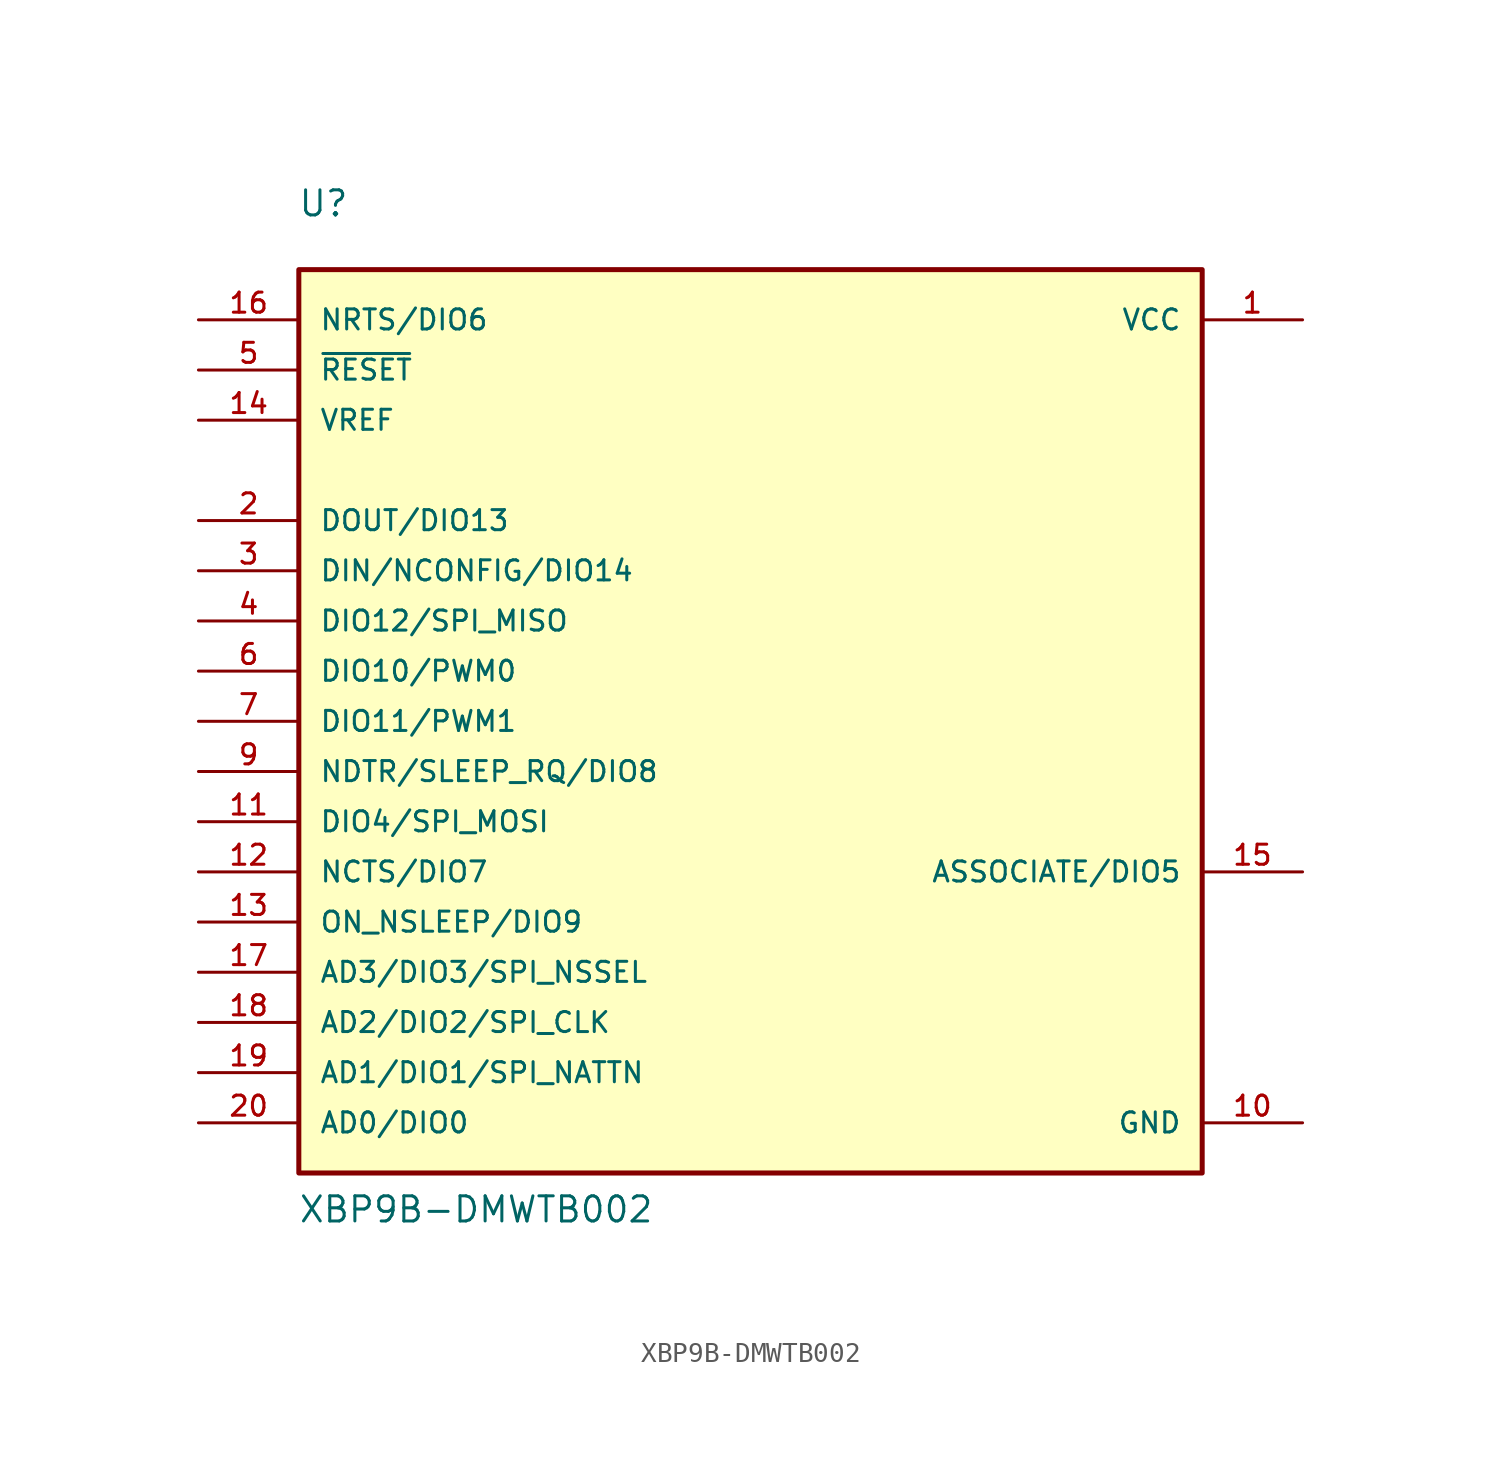
<source format=kicad_sym>
(kicad_symbol_lib
  (version 20211014)
  (generator kicad_symbol_editor)
  (symbol "XBP9B-DMWTB002"
    (pin_names
      (offset 1.016))
    (property "Reference" "U"
      (at -22.92 25.466 0)
      (effects (font (size 1.27 1.27)) (justify bottom left)))
    (property "Value" "XBP9B-DMWTB002"
      (at -22.905 -25.45 0)
      (effects (font (size 1.27 1.27)) (justify bottom left)))
    (symbol "XBP9B-DMWTB002_0_0"
      (rectangle (start -22.86 -22.86) (end 22.86 22.86) (stroke (width 0.254)) (fill (type background)))
      (pin power_in line (at 27.94 20.32 180.0) (length 5.08) (name "VCC" (effects (font (size 1.016 1.016)))) (number "1" (effects (font (size 1.016 1.016)))))
      (pin bidirectional line (at -27.94 10.16 0) (length 5.08) (name "DOUT/DIO13" (effects (font (size 1.016 1.016)))) (number "2" (effects (font (size 1.016 1.016)))))
      (pin bidirectional line (at -27.94 7.62 0) (length 5.08) (name "DIN/NCONFIG/DIO14" (effects (font (size 1.016 1.016)))) (number "3" (effects (font (size 1.016 1.016)))))
      (pin bidirectional line (at -27.94 5.08 0) (length 5.08) (name "DIO12/SPI_MISO" (effects (font (size 1.016 1.016)))) (number "4" (effects (font (size 1.016 1.016)))))
      (pin input line (at -27.94 17.78 0) (length 5.08) (name "~{RESET}" (effects (font (size 1.016 1.016)))) (number "5" (effects (font (size 1.016 1.016)))))
      (pin bidirectional line (at -27.94 2.54 0) (length 5.08) (name "DIO10/PWM0" (effects (font (size 1.016 1.016)))) (number "6" (effects (font (size 1.016 1.016)))))
      (pin bidirectional line (at -27.94 0.0 0) (length 5.08) (name "DIO11/PWM1" (effects (font (size 1.016 1.016)))) (number "7" (effects (font (size 1.016 1.016)))))
      (pin bidirectional line (at -27.94 -2.54 0) (length 5.08) (name "NDTR/SLEEP_RQ/DIO8" (effects (font (size 1.016 1.016)))) (number "9" (effects (font (size 1.016 1.016)))))
      (pin power_in line (at 27.94 -20.32 180.0) (length 5.08) (name "GND" (effects (font (size 1.016 1.016)))) (number "10" (effects (font (size 1.016 1.016)))))
      (pin bidirectional line (at -27.94 -5.08 0) (length 5.08) (name "DIO4/SPI_MOSI" (effects (font (size 1.016 1.016)))) (number "11" (effects (font (size 1.016 1.016)))))
      (pin bidirectional line (at -27.94 -7.62 0) (length 5.08) (name "NCTS/DIO7" (effects (font (size 1.016 1.016)))) (number "12" (effects (font (size 1.016 1.016)))))
      (pin bidirectional line (at -27.94 -10.16 0) (length 5.08) (name "ON_NSLEEP/DIO9" (effects (font (size 1.016 1.016)))) (number "13" (effects (font (size 1.016 1.016)))))
      (pin input line (at -27.94 15.24 0) (length 5.08) (name "VREF" (effects (font (size 1.016 1.016)))) (number "14" (effects (font (size 1.016 1.016)))))
      (pin output line (at 27.94 -7.62 180.0) (length 5.08) (name "ASSOCIATE/DIO5" (effects (font (size 1.016 1.016)))) (number "15" (effects (font (size 1.016 1.016)))))
      (pin input line (at -27.94 20.32 0) (length 5.08) (name "NRTS/DIO6" (effects (font (size 1.016 1.016)))) (number "16" (effects (font (size 1.016 1.016)))))
      (pin bidirectional line (at -27.94 -12.7 0) (length 5.08) (name "AD3/DIO3/SPI_NSSEL" (effects (font (size 1.016 1.016)))) (number "17" (effects (font (size 1.016 1.016)))))
      (pin bidirectional line (at -27.94 -15.24 0) (length 5.08) (name "AD2/DIO2/SPI_CLK" (effects (font (size 1.016 1.016)))) (number "18" (effects (font (size 1.016 1.016)))))
      (pin bidirectional line (at -27.94 -17.78 0) (length 5.08) (name "AD1/DIO1/SPI_NATTN" (effects (font (size 1.016 1.016)))) (number "19" (effects (font (size 1.016 1.016)))))
      (pin bidirectional line (at -27.94 -20.32 0) (length 5.08) (name "AD0/DIO0" (effects (font (size 1.016 1.016)))) (number "20" (effects (font (size 1.016 1.016))))))))
</source>
